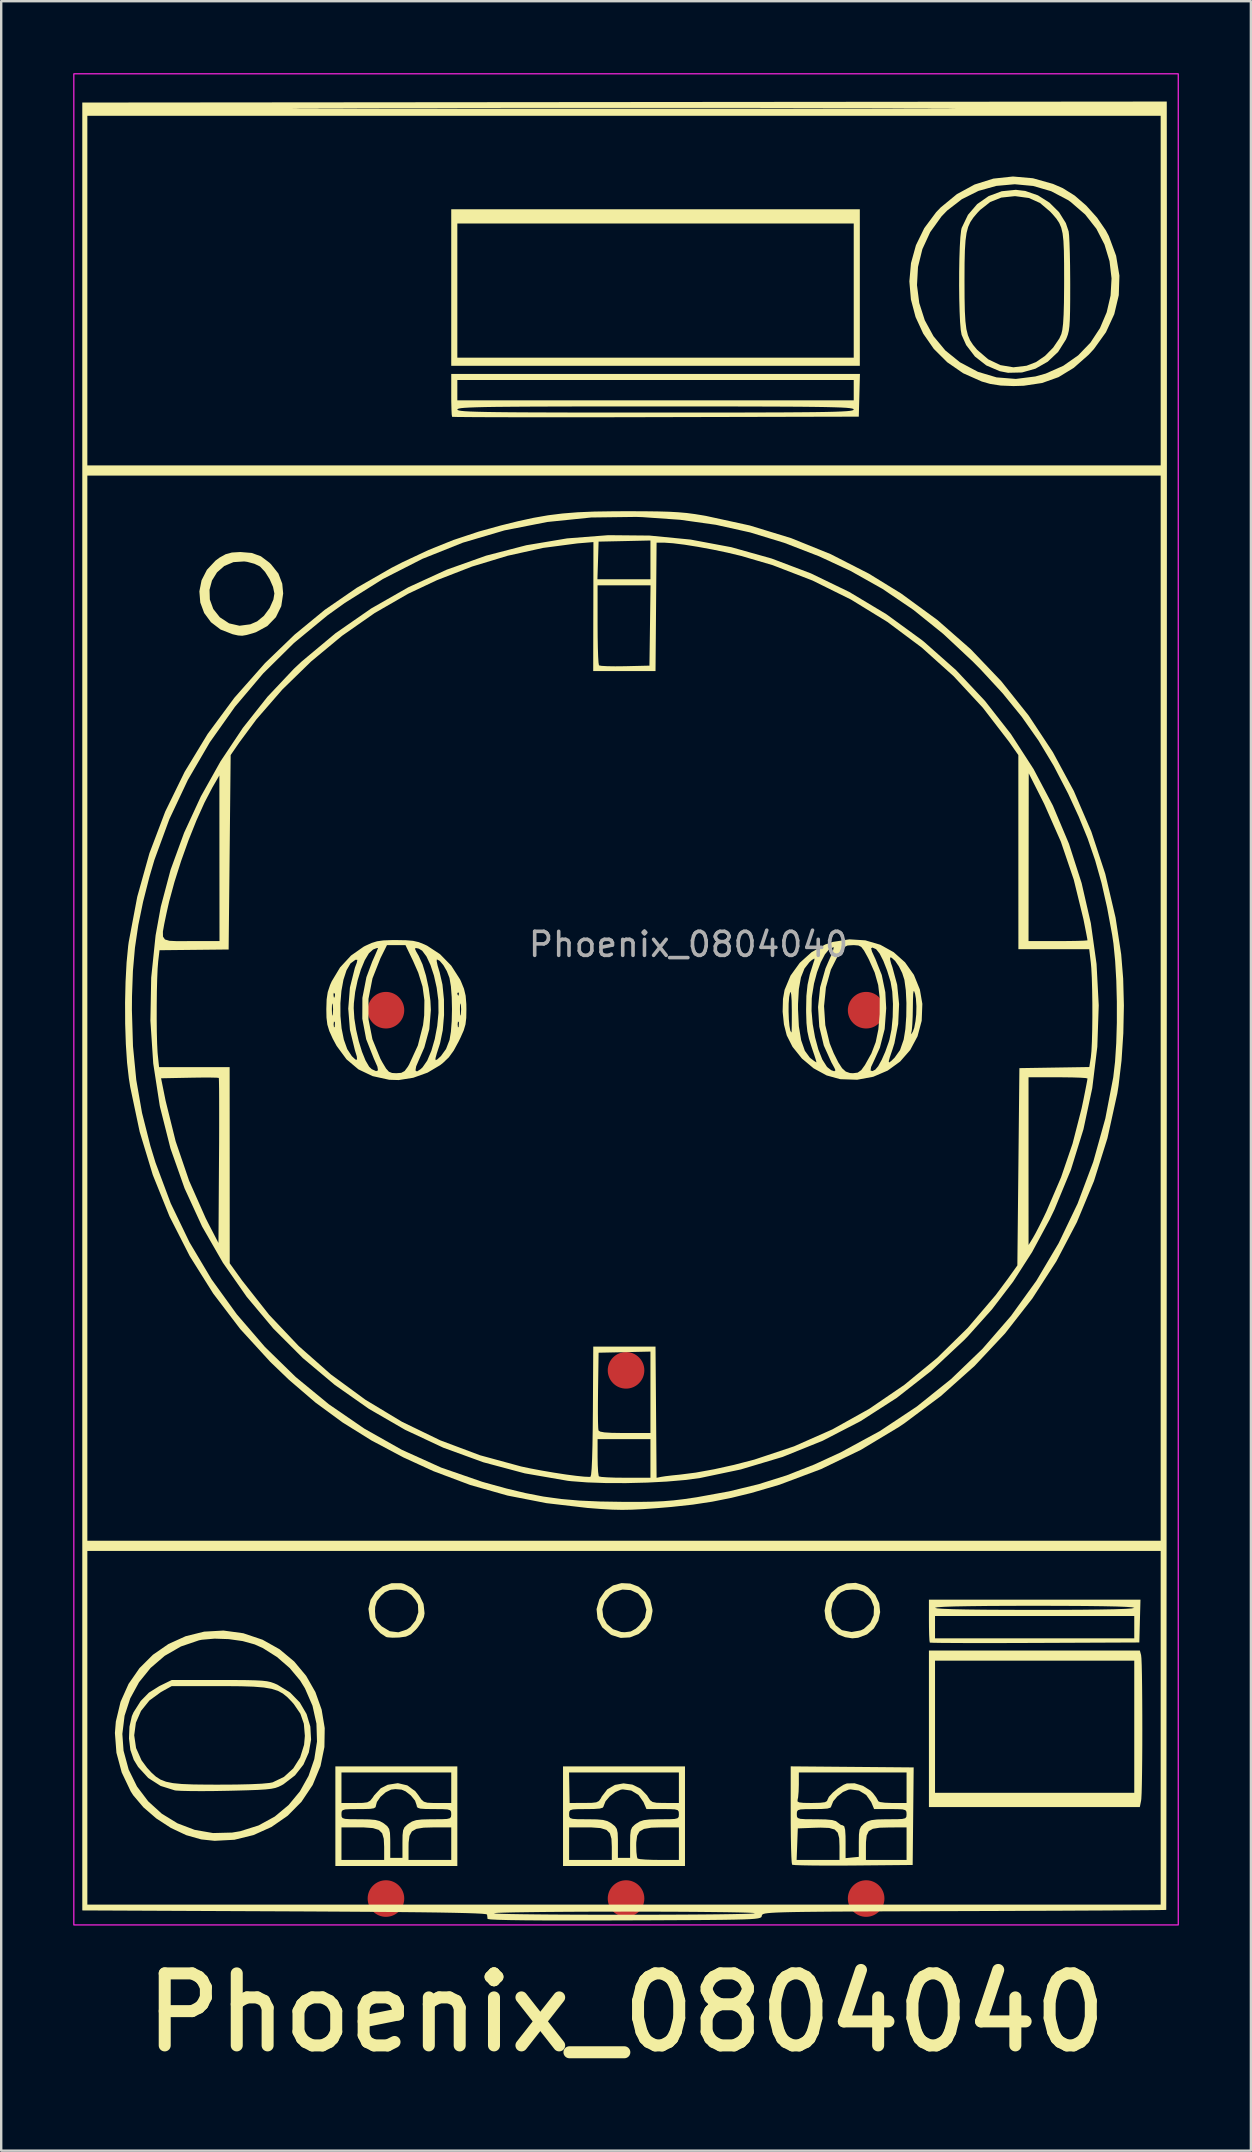
<source format=kicad_pcb>
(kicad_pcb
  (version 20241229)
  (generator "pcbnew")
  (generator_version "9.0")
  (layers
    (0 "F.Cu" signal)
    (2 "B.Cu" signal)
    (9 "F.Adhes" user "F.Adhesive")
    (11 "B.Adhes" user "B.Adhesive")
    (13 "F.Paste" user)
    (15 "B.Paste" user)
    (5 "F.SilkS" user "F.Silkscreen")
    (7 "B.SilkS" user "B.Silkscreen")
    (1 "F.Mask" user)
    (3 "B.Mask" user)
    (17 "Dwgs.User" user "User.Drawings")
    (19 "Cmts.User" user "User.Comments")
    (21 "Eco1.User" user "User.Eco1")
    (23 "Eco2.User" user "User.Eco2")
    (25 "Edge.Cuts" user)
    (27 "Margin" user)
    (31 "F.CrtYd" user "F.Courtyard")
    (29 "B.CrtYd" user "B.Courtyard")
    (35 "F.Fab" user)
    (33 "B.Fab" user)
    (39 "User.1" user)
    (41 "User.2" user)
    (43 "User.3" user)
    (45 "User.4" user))
  (footprint "Phoenix_0804040"
    (layer "F.Cu")
    (at 23.025 39.025)
    (property "Reference" "Phoenix_0804040" (at 0 40 0) (unlocked yes) (layer "F.SilkS") (effects (font (size 3 3) (thickness 0.5) (bold yes)) (justify top)))
    (attr smd)
    (fp_poly (pts (xy 9.737 -30.099) (xy 9.737 -26.839) (xy 1.228 -26.839) (xy -7.281 -26.839) (xy -7.281 -29.972) (xy -7.027 -29.972) (xy -7.027 -27.178) (xy 1.228 -27.178) (xy 9.483 -27.178) (xy 9.483 -29.972) (xy 9.483 -32.766) (xy 1.228 -32.766) (xy -7.027 -32.766) (xy -7.027 -29.972) (xy -7.281 -29.972) (xy -7.281 -30.099) (xy -7.281 -33.359) (xy 1.228 -33.359) (xy 9.737 -33.359)) (stroke (width 0) (type solid)) (fill yes) (layer "F.SilkS"))
    (fp_poly (pts (xy 21.452 26.86) (xy 21.466 26.997) (xy 21.478 27.278) (xy 21.487 27.679) (xy 21.494 28.175) (xy 21.499 28.742) (xy 21.502 29.354) (xy 21.503 29.988) (xy 21.502 30.618) (xy 21.498 31.22) (xy 21.492 31.769) (xy 21.484 32.24) (xy 21.474 32.609) (xy 21.461 32.851) (xy 21.452 32.925) (xy 21.399 33.189) (xy 17.007 33.189) (xy 12.615 33.189) (xy 12.615 29.93) (xy 12.615 29.845) (xy 12.869 29.845) (xy 12.869 32.597) (xy 17.018 32.597) (xy 21.167 32.597) (xy 21.167 29.845) (xy 21.167 27.093) (xy 17.018 27.093) (xy 12.869 27.093) (xy 12.869 29.845) (xy 12.615 29.845) (xy 12.615 26.67) (xy 17.008 26.67) (xy 21.401 26.67)) (stroke (width 0) (type solid)) (fill yes) (layer "F.SilkS"))
    (fp_poly (pts (xy 0.172 23.88) (xy 0.514 24.006) (xy 0.802 24.234) (xy 1.007 24.555) (xy 1.099 24.964) (xy 1.101 25.039) (xy 1.025 25.424) (xy 0.82 25.745) (xy 0.52 25.985) (xy 0.16 26.124) (xy -0.225 26.144) (xy -0.602 26.025) (xy -0.652 25.996) (xy -0.993 25.704) (xy -1.188 25.345) (xy -1.228 24.953) (xy -0.987 24.953) (xy -0.948 25.274) (xy -0.796 25.562) (xy -0.543 25.781) (xy -0.204 25.898) (xy -0.057 25.908) (xy 0.194 25.876) (xy 0.407 25.758) (xy 0.559 25.62) (xy 0.785 25.306) (xy 0.846 24.972) (xy 0.744 24.604) (xy 0.716 24.545) (xy 0.5 24.296) (xy 0.196 24.155) (xy -0.15 24.131) (xy -0.49 24.23) (xy -0.668 24.347) (xy -0.898 24.632) (xy -0.987 24.953) (xy -1.228 24.953) (xy -1.229 24.944) (xy -1.109 24.529) (xy -0.863 24.18) (xy -0.547 23.96) (xy -0.191 23.862)) (stroke (width 0) (type solid)) (fill yes) (layer "F.SilkS"))
    (fp_poly (pts (xy 9.943 23.964) (xy 10.074 24.044) (xy 10.377 24.347) (xy 10.544 24.7) (xy 10.584 25.072) (xy 10.507 25.433) (xy 10.321 25.752) (xy 10.037 25.998) (xy 9.665 26.139) (xy 9.423 26.162) (xy 9.125 26.115) (xy 8.843 26.003) (xy 8.831 25.996) (xy 8.497 25.712) (xy 8.313 25.354) (xy 8.269 25.009) (xy 8.271 24.996) (xy 8.545 24.996) (xy 8.587 25.33) (xy 8.734 25.617) (xy 8.978 25.812) (xy 9.005 25.824) (xy 9.391 25.899) (xy 9.773 25.832) (xy 9.907 25.767) (xy 10.173 25.522) (xy 10.314 25.202) (xy 10.325 24.854) (xy 10.199 24.523) (xy 10.082 24.377) (xy 9.88 24.213) (xy 9.661 24.142) (xy 9.44 24.13) (xy 9.155 24.154) (xy 8.949 24.246) (xy 8.799 24.377) (xy 8.613 24.663) (xy 8.545 24.996) (xy 8.271 24.996) (xy 8.343 24.606) (xy 8.542 24.271) (xy 8.834 24.022) (xy 9.187 23.876) (xy 9.567 23.851)) (stroke (width 0) (type solid)) (fill yes) (layer "F.SilkS"))
    (fp_poly (pts (xy -9.36 23.867) (xy -9.255 23.891) (xy -8.89 24.071) (xy -8.608 24.363) (xy -8.434 24.727) (xy -8.392 25.121) (xy -8.418 25.277) (xy -8.508 25.47) (xy -8.671 25.704) (xy -8.75 25.796) (xy -8.959 25.993) (xy -9.168 26.09) (xy -9.446 26.128) (xy -9.717 26.136) (xy -9.929 26.121) (xy -9.991 26.107) (xy -10.234 25.947) (xy -10.472 25.694) (xy -10.646 25.412) (xy -10.674 25.338) (xy -10.716 25.032) (xy -10.456 25.032) (xy -10.435 25.301) (xy -10.345 25.491) (xy -10.18 25.661) (xy -9.841 25.866) (xy -9.482 25.911) (xy -9.13 25.794) (xy -8.984 25.691) (xy -8.767 25.418) (xy -8.654 25.084) (xy -8.668 24.758) (xy -8.673 24.739) (xy -8.768 24.565) (xy -8.929 24.368) (xy -8.947 24.35) (xy -9.141 24.201) (xy -9.373 24.138) (xy -9.563 24.13) (xy -9.842 24.151) (xy -10.04 24.238) (xy -10.208 24.39) (xy -10.378 24.61) (xy -10.448 24.847) (xy -10.456 25.032) (xy -10.716 25.032) (xy -10.729 24.934) (xy -10.641 24.558) (xy -10.434 24.238) (xy -10.134 23.998) (xy -9.768 23.866)) (stroke (width 0) (type solid)) (fill yes) (layer "F.SilkS"))
    (fp_poly (pts (xy -15.589 -19.044) (xy -15.209 -18.906) (xy -14.858 -18.643) (xy -14.786 -18.573) (xy -14.479 -18.186) (xy -14.319 -17.765) (xy -14.281 -17.357) (xy -14.36 -16.827) (xy -14.584 -16.368) (xy -14.94 -16) (xy -15.411 -15.744) (xy -15.531 -15.704) (xy -15.803 -15.627) (xy -15.986 -15.596) (xy -16.156 -15.607) (xy -16.383 -15.658) (xy -16.891 -15.856) (xy -17.289 -16.16) (xy -17.571 -16.543) (xy -17.733 -16.979) (xy -17.771 -17.442) (xy -17.758 -17.511) (xy -17.348 -17.511) (xy -17.335 -17.106) (xy -17.192 -16.711) (xy -16.92 -16.367) (xy -16.533 -16.112) (xy -16.1 -16.013) (xy -15.65 -16.072) (xy -15.367 -16.194) (xy -15.084 -16.425) (xy -14.845 -16.749) (xy -14.688 -17.105) (xy -14.647 -17.357) (xy -14.703 -17.629) (xy -14.844 -17.952) (xy -15.036 -18.256) (xy -15.242 -18.476) (xy -15.255 -18.485) (xy -15.477 -18.593) (xy -15.775 -18.673) (xy -15.903 -18.691) (xy -16.352 -18.662) (xy -16.734 -18.501) (xy -17.036 -18.236) (xy -17.245 -17.897) (xy -17.348 -17.511) (xy -17.758 -17.511) (xy -17.68 -17.906) (xy -17.457 -18.343) (xy -17.095 -18.729) (xy -16.927 -18.853) (xy -16.676 -18.992) (xy -16.419 -19.062) (xy -16.076 -19.083) (xy -16.06 -19.083)) (stroke (width 0) (type solid)) (fill yes) (layer "F.SilkS"))
    (fp_poly (pts (xy 21.402 25.444) (xy 21.378 26.335) (xy 17.032 26.354) (xy 16.191 26.357) (xy 15.402 26.359) (xy 14.681 26.359) (xy 14.044 26.358) (xy 13.508 26.355) (xy 13.088 26.352) (xy 12.801 26.347) (xy 12.661 26.341) (xy 12.651 26.338) (xy 12.636 26.244) (xy 12.624 26.018) (xy 12.617 25.697) (xy 12.617 25.696) (xy 12.869 25.696) (xy 12.869 26.162) (xy 17.018 26.162) (xy 21.167 26.162) (xy 21.167 25.696) (xy 21.167 25.231) (xy 17.018 25.231) (xy 12.869 25.231) (xy 12.869 25.696) (xy 12.617 25.696) (xy 12.615 25.428) (xy 12.615 24.892) (xy 12.869 24.892) (xy 12.954 24.914) (xy 13.204 24.932) (xy 13.619 24.948) (xy 14.194 24.96) (xy 14.928 24.969) (xy 15.816 24.974) (xy 16.858 24.977) (xy 17.018 24.977) (xy 18.081 24.975) (xy 18.992 24.97) (xy 19.747 24.961) (xy 20.345 24.95) (xy 20.783 24.935) (xy 21.057 24.917) (xy 21.165 24.895) (xy 21.167 24.892) (xy 21.082 24.87) (xy 20.832 24.852) (xy 20.417 24.836) (xy 19.842 24.824) (xy 19.108 24.815) (xy 18.22 24.81) (xy 17.178 24.807) (xy 17.018 24.807) (xy 15.955 24.809) (xy 15.044 24.814) (xy 14.289 24.823) (xy 13.691 24.834) (xy 13.253 24.849) (xy 12.979 24.867) (xy 12.871 24.889) (xy 12.869 24.892) (xy 12.615 24.892) (xy 12.615 24.553) (xy 17.021 24.553) (xy 21.426 24.553)) (stroke (width 0) (type solid)) (fill yes) (layer "F.SilkS"))
    (fp_poly (pts (xy 16.947 -34.651) (xy 17.782 -34.416) (xy 18.192 -34.238) (xy 18.681 -33.933) (xy 19.171 -33.509) (xy 19.619 -33.01) (xy 19.983 -32.48) (xy 20.109 -32.243) (xy 20.412 -31.422) (xy 20.549 -30.596) (xy 20.523 -29.781) (xy 20.335 -28.99) (xy 19.989 -28.237) (xy 19.487 -27.537) (xy 19.264 -27.296) (xy 18.648 -26.754) (xy 18.014 -26.367) (xy 17.329 -26.123) (xy 16.563 -26.008) (xy 16.135 -25.995) (xy 15.606 -26.016) (xy 15.167 -26.084) (xy 14.815 -26.185) (xy 14.04 -26.53) (xy 13.373 -26.99) (xy 12.817 -27.545) (xy 12.378 -28.177) (xy 12.059 -28.869) (xy 11.865 -29.601) (xy 11.813 -30.2) (xy 12.118 -30.2) (xy 12.213 -29.453) (xy 12.443 -28.736) (xy 12.806 -28.071) (xy 13.299 -27.478) (xy 13.906 -26.987) (xy 14.655 -26.589) (xy 15.433 -26.357) (xy 16.234 -26.293) (xy 17.051 -26.396) (xy 17.479 -26.516) (xy 18.21 -26.839) (xy 18.832 -27.275) (xy 19.342 -27.804) (xy 19.739 -28.409) (xy 20.019 -29.069) (xy 20.181 -29.766) (xy 20.221 -30.481) (xy 20.137 -31.195) (xy 19.928 -31.889) (xy 19.59 -32.545) (xy 19.122 -33.142) (xy 18.52 -33.663) (xy 18.403 -33.744) (xy 17.705 -34.111) (xy 16.958 -34.329) (xy 16.189 -34.401) (xy 15.421 -34.332) (xy 14.679 -34.124) (xy 13.988 -33.779) (xy 13.372 -33.303) (xy 13.141 -33.063) (xy 12.67 -32.408) (xy 12.343 -31.699) (xy 12.16 -30.956) (xy 12.118 -30.2) (xy 11.813 -30.2) (xy 11.8 -30.356) (xy 11.868 -31.116) (xy 12.074 -31.862) (xy 12.422 -32.575) (xy 12.916 -33.238) (xy 13.104 -33.434) (xy 13.779 -33.989) (xy 14.516 -34.39) (xy 15.299 -34.636) (xy 16.115 -34.724)) (stroke (width 0) (type solid)) (fill yes) (layer "F.SilkS"))
    (fp_poly (pts (xy -15.941 25.95) (xy -15.938 25.951) (xy -15.139 26.22) (xy -14.431 26.617) (xy -13.823 27.125) (xy -13.322 27.726) (xy -12.938 28.401) (xy -12.678 29.132) (xy -12.55 29.901) (xy -12.563 30.69) (xy -12.725 31.481) (xy -13.045 32.256) (xy -13.055 32.276) (xy -13.517 32.969) (xy -14.096 33.554) (xy -14.769 34.02) (xy -15.515 34.356) (xy -16.312 34.552) (xy -17.138 34.596) (xy -17.695 34.537) (xy -18.32 34.36) (xy -18.958 34.059) (xy -19.567 33.663) (xy -20.104 33.199) (xy -20.528 32.698) (xy -20.633 32.533) (xy -21.006 31.747) (xy -21.226 30.928) (xy -21.286 30.145) (xy -20.979 30.145) (xy -20.929 30.84) (xy -20.716 31.627) (xy -20.368 32.335) (xy -19.901 32.953) (xy -19.333 33.468) (xy -18.682 33.867) (xy -17.966 34.139) (xy -17.202 34.272) (xy -16.408 34.252) (xy -16.07 34.196) (xy -15.306 33.955) (xy -14.632 33.586) (xy -14.056 33.106) (xy -13.584 32.535) (xy -13.224 31.891) (xy -12.985 31.194) (xy -12.872 30.462) (xy -12.895 29.714) (xy -13.06 28.969) (xy -13.374 28.246) (xy -13.575 27.92) (xy -14.005 27.404) (xy -14.54 26.94) (xy -15.125 26.57) (xy -15.467 26.416) (xy -15.967 26.277) (xy -16.548 26.195) (xy -17.139 26.175) (xy -17.667 26.221) (xy -17.79 26.246) (xy -18.54 26.502) (xy -19.215 26.891) (xy -19.801 27.394) (xy -20.284 27.991) (xy -20.65 28.662) (xy -20.886 29.386) (xy -20.979 30.145) (xy -21.286 30.145) (xy -21.289 30.103) (xy -21.25 29.625) (xy -21.054 28.806) (xy -20.721 28.061) (xy -20.266 27.404) (xy -19.706 26.846) (xy -19.06 26.399) (xy -18.343 26.074) (xy -17.573 25.883) (xy -16.766 25.838)) (stroke (width 0) (type solid)) (fill yes) (layer "F.SilkS"))
    (fp_poly (pts (xy -16.298 27.898) (xy -15.808 27.902) (xy -15.437 27.911) (xy -15.161 27.926) (xy -14.956 27.95) (xy -14.796 27.985) (xy -14.657 28.033) (xy -14.52 28.093) (xy -13.993 28.417) (xy -13.588 28.833) (xy -13.306 29.315) (xy -13.149 29.839) (xy -13.118 30.381) (xy -13.213 30.916) (xy -13.436 31.421) (xy -13.787 31.87) (xy -14.268 32.24) (xy -14.351 32.287) (xy -14.475 32.347) (xy -14.609 32.394) (xy -14.781 32.429) (xy -15.013 32.455) (xy -15.33 32.475) (xy -15.759 32.491) (xy -16.322 32.506) (xy -16.571 32.512) (xy -17.14 32.522) (xy -17.672 32.526) (xy -18.137 32.523) (xy -18.504 32.515) (xy -18.742 32.502) (xy -18.792 32.495) (xy -19.384 32.31) (xy -19.901 31.979) (xy -20.323 31.518) (xy -20.505 31.219) (xy -20.644 30.815) (xy -20.703 30.334) (xy -20.698 30.2) (xy -20.485 30.2) (xy -20.408 30.73) (xy -20.18 31.243) (xy -19.949 31.555) (xy -19.758 31.763) (xy -19.579 31.924) (xy -19.388 32.046) (xy -19.16 32.134) (xy -18.872 32.193) (xy -18.5 32.229) (xy -18.02 32.248) (xy -17.408 32.255) (xy -16.985 32.256) (xy -16.254 32.252) (xy -15.646 32.238) (xy -15.174 32.216) (xy -14.85 32.185) (xy -14.72 32.16) (xy -14.249 31.934) (xy -13.861 31.58) (xy -13.574 31.125) (xy -13.41 30.597) (xy -13.377 30.224) (xy -13.42 29.719) (xy -13.565 29.3) (xy -13.837 28.902) (xy -13.925 28.801) (xy -14.109 28.611) (xy -14.295 28.461) (xy -14.505 28.348) (xy -14.761 28.266) (xy -15.087 28.21) (xy -15.506 28.176) (xy -16.04 28.158) (xy -16.713 28.152) (xy -16.976 28.152) (xy -18.923 28.152) (xy -19.368 28.398) (xy -19.852 28.751) (xy -20.202 29.186) (xy -20.415 29.677) (xy -20.485 30.2) (xy -20.698 30.2) (xy -20.683 29.841) (xy -20.583 29.402) (xy -20.513 29.242) (xy -20.215 28.772) (xy -19.873 28.423) (xy -19.439 28.151) (xy -19.406 28.135) (xy -18.923 27.898) (xy -16.933 27.898)) (stroke (width 0) (type solid)) (fill yes) (layer "F.SilkS"))
    (fp_poly (pts (xy 9.718 -25.611) (xy 9.694 -24.721) (xy 1.242 -24.701) (xy 0.06 -24.698) (xy -1.073 -24.696) (xy -2.146 -24.695) (xy -3.148 -24.695) (xy -4.068 -24.696) (xy -4.894 -24.697) (xy -5.614 -24.699) (xy -6.217 -24.701) (xy -6.692 -24.705) (xy -7.028 -24.708) (xy -7.213 -24.713) (xy -7.246 -24.716) (xy -7.261 -24.81) (xy -7.272 -25.019) (xy -7.027 -25.019) (xy -7.013 -24.998) (xy -6.962 -24.979) (xy -6.867 -24.963) (xy -6.716 -24.948) (xy -6.501 -24.936) (xy -6.212 -24.926) (xy -5.839 -24.917) (xy -5.374 -24.91) (xy -4.805 -24.904) (xy -4.124 -24.9) (xy -3.321 -24.897) (xy -2.387 -24.894) (xy -1.311 -24.893) (xy -0.085 -24.892) (xy 1.228 -24.892) (xy 2.606 -24.892) (xy 3.824 -24.893) (xy 4.892 -24.894) (xy 5.82 -24.897) (xy 6.616 -24.9) (xy 7.291 -24.905) (xy 7.855 -24.91) (xy 8.316 -24.917) (xy 8.684 -24.926) (xy 8.969 -24.937) (xy 9.18 -24.949) (xy 9.328 -24.963) (xy 9.421 -24.98) (xy 9.47 -24.999) (xy 9.483 -25.019) (xy 9.468 -25.04) (xy 9.418 -25.059) (xy 9.322 -25.075) (xy 9.171 -25.09) (xy 8.956 -25.102) (xy 8.667 -25.112) (xy 8.295 -25.121) (xy 7.829 -25.128) (xy 7.26 -25.134) (xy 6.579 -25.138) (xy 5.777 -25.141) (xy 4.842 -25.144) (xy 3.767 -25.145) (xy 2.541 -25.146) (xy 1.228 -25.146) (xy -0.15 -25.146) (xy -1.369 -25.145) (xy -2.437 -25.144) (xy -3.364 -25.141) (xy -4.161 -25.138) (xy -4.836 -25.133) (xy -5.399 -25.128) (xy -5.86 -25.121) (xy -6.228 -25.112) (xy -6.513 -25.101) (xy -6.725 -25.089) (xy -6.873 -25.075) (xy -6.966 -25.058) (xy -7.014 -25.039) (xy -7.027 -25.019) (xy -7.272 -25.019) (xy -7.272 -25.036) (xy -7.28 -25.357) (xy -7.281 -25.626) (xy -7.281 -25.823) (xy -7.027 -25.823) (xy -7.027 -25.4) (xy 1.228 -25.4) (xy 9.483 -25.4) (xy 9.483 -25.823) (xy 9.483 -26.247) (xy 1.228 -26.247) (xy -7.027 -26.247) (xy -7.027 -25.823) (xy -7.281 -25.823) (xy -7.281 -26.501) (xy 1.231 -26.501) (xy 9.742 -26.501)) (stroke (width 0) (type solid)) (fill yes) (layer "F.SilkS"))
    (fp_poly (pts (xy 16.629 -34.122) (xy 17.156 -33.939) (xy 17.635 -33.635) (xy 18.033 -33.24) (xy 18.318 -32.784) (xy 18.435 -32.436) (xy 18.454 -32.263) (xy 18.47 -31.951) (xy 18.484 -31.527) (xy 18.494 -31.022) (xy 18.499 -30.464) (xy 18.5 -30.226) (xy 18.499 -29.602) (xy 18.494 -29.123) (xy 18.484 -28.762) (xy 18.467 -28.495) (xy 18.441 -28.296) (xy 18.403 -28.141) (xy 18.352 -28.004) (xy 18.32 -27.932) (xy 17.997 -27.419) (xy 17.565 -27.011) (xy 17.054 -26.72) (xy 16.491 -26.561) (xy 15.907 -26.548) (xy 15.563 -26.615) (xy 15.006 -26.854) (xy 14.531 -27.225) (xy 14.166 -27.702) (xy 13.977 -28.126) (xy 13.941 -28.328) (xy 13.912 -28.666) (xy 13.892 -29.11) (xy 13.878 -29.627) (xy 13.872 -30.185) (xy 13.873 -30.353) (xy 14.097 -30.353) (xy 14.1 -29.663) (xy 14.111 -29.118) (xy 14.135 -28.694) (xy 14.176 -28.365) (xy 14.24 -28.109) (xy 14.33 -27.899) (xy 14.452 -27.712) (xy 14.609 -27.523) (xy 14.63 -27.5) (xy 15.083 -27.111) (xy 15.592 -26.868) (xy 16.132 -26.777) (xy 16.68 -26.842) (xy 17.076 -26.995) (xy 17.447 -27.249) (xy 17.788 -27.595) (xy 18.047 -27.977) (xy 18.13 -28.162) (xy 18.171 -28.335) (xy 18.203 -28.599) (xy 18.225 -28.971) (xy 18.239 -29.469) (xy 18.245 -30.112) (xy 18.246 -30.438) (xy 18.244 -31.108) (xy 18.236 -31.635) (xy 18.217 -32.041) (xy 18.182 -32.353) (xy 18.125 -32.594) (xy 18.041 -32.79) (xy 17.925 -32.965) (xy 17.773 -33.144) (xy 17.665 -33.26) (xy 17.242 -33.62) (xy 16.778 -33.828) (xy 16.233 -33.902) (xy 16.171 -33.903) (xy 15.628 -33.845) (xy 15.168 -33.661) (xy 14.749 -33.331) (xy 14.631 -33.207) (xy 14.469 -33.016) (xy 14.343 -32.83) (xy 14.249 -32.624) (xy 14.183 -32.374) (xy 14.139 -32.055) (xy 14.113 -31.644) (xy 14.1 -31.114) (xy 14.097 -30.443) (xy 14.097 -30.353) (xy 13.873 -30.353) (xy 13.874 -30.753) (xy 13.883 -31.298) (xy 13.9 -31.789) (xy 13.924 -32.193) (xy 13.956 -32.479) (xy 13.978 -32.58) (xy 14.241 -33.127) (xy 14.624 -33.574) (xy 15.101 -33.907) (xy 15.647 -34.11) (xy 16.235 -34.169)) (stroke (width 0) (type solid)) (fill yes) (layer "F.SilkS"))
    (fp_poly (pts (xy -7.027 33.57) (xy -7.027 35.645) (xy -9.567 35.645) (xy -12.107 35.645) (xy -12.107 34.713) (xy -11.853 34.713) (xy -11.853 35.391) (xy -10.964 35.391) (xy -10.075 35.391) (xy -10.075 34.845) (xy -10.091 34.51) (xy -10.157 34.282) (xy -10.299 34.141) (xy -10.543 34.066) (xy -10.916 34.038) (xy -11.153 34.036) (xy -11.853 34.036) (xy -11.853 34.713) (xy -12.107 34.713) (xy -12.107 33.57) (xy -12.107 33.486) (xy -11.853 33.486) (xy -11.847 33.586) (xy -11.808 33.648) (xy -11.702 33.681) (xy -11.497 33.695) (xy -11.161 33.697) (xy -11.088 33.697) (xy -10.702 33.703) (xy -10.44 33.726) (xy -10.257 33.775) (xy -10.108 33.857) (xy -10.072 33.883) (xy -9.942 33.989) (xy -9.867 34.102) (xy -9.832 34.269) (xy -9.822 34.539) (xy -9.821 34.687) (xy -9.821 35.306) (xy -9.567 35.306) (xy -9.313 35.306) (xy -9.313 34.845) (xy -9.059 34.845) (xy -9.059 35.391) (xy -8.17 35.391) (xy -7.281 35.391) (xy -7.281 34.713) (xy -7.281 34.036) (xy -7.982 34.036) (xy -8.428 34.048) (xy -8.732 34.097) (xy -8.92 34.204) (xy -9.019 34.387) (xy -9.056 34.668) (xy -9.059 34.845) (xy -9.313 34.845) (xy -9.313 34.687) (xy -9.309 34.363) (xy -9.286 34.161) (xy -9.229 34.032) (xy -9.123 33.928) (xy -9.063 33.883) (xy -8.915 33.791) (xy -8.744 33.735) (xy -8.506 33.707) (xy -8.154 33.698) (xy -8.047 33.697) (xy -7.685 33.696) (xy -7.46 33.685) (xy -7.34 33.655) (xy -7.291 33.599) (xy -7.281 33.506) (xy -7.281 33.486) (xy -7.288 33.383) (xy -7.33 33.321) (xy -7.441 33.288) (xy -7.655 33.276) (xy -8.001 33.274) (xy -8.352 33.27) (xy -8.567 33.255) (xy -8.678 33.22) (xy -8.717 33.159) (xy -8.721 33.117) (xy -8.789 32.921) (xy -8.961 32.709) (xy -9.183 32.535) (xy -9.348 32.464) (xy -9.608 32.442) (xy -9.786 32.464) (xy -10.013 32.575) (xy -10.227 32.764) (xy -10.376 32.977) (xy -10.414 33.117) (xy -10.431 33.194) (xy -10.502 33.24) (xy -10.662 33.265) (xy -10.942 33.273) (xy -11.134 33.274) (xy -11.482 33.276) (xy -11.695 33.288) (xy -11.805 33.321) (xy -11.847 33.384) (xy -11.853 33.486) (xy -12.107 33.486) (xy -12.107 32.385) (xy -11.853 32.385) (xy -11.853 33.02) (xy -11.275 33.02) (xy -10.967 33.016) (xy -10.778 32.992) (xy -10.657 32.925) (xy -10.553 32.797) (xy -10.491 32.703) (xy -10.215 32.406) (xy -9.927 32.261) (xy -9.502 32.194) (xy -9.109 32.287) (xy -8.776 32.531) (xy -8.643 32.703) (xy -8.529 32.87) (xy -8.422 32.965) (xy -8.273 33.008) (xy -8.032 33.02) (xy -7.86 33.02) (xy -7.281 33.02) (xy -7.281 32.385) (xy -7.281 31.75) (xy -9.567 31.75) (xy -11.853 31.75) (xy -11.853 32.385) (xy -12.107 32.385) (xy -12.107 31.496) (xy -9.567 31.496) (xy -7.027 31.496)) (stroke (width 0) (type solid)) (fill yes) (layer "F.SilkS"))
    (fp_poly (pts (xy 2.455 33.57) (xy 2.455 35.645) (xy -0.085 35.645) (xy -2.625 35.645) (xy -2.625 34.713) (xy -2.371 34.713) (xy -2.371 35.391) (xy -1.482 35.391) (xy -0.593 35.391) (xy -0.593 34.845) (xy -0.609 34.51) (xy -0.674 34.282) (xy -0.816 34.141) (xy -1.06 34.066) (xy -1.434 34.038) (xy -1.67 34.036) (xy -2.371 34.036) (xy -2.371 34.713) (xy -2.625 34.713) (xy -2.625 33.57) (xy -2.625 33.486) (xy -2.371 33.486) (xy -2.365 33.586) (xy -2.325 33.648) (xy -2.219 33.681) (xy -2.014 33.695) (xy -1.678 33.697) (xy -1.605 33.697) (xy -1.219 33.703) (xy -0.958 33.726) (xy -0.775 33.775) (xy -0.626 33.857) (xy -0.589 33.883) (xy -0.46 33.989) (xy -0.385 34.102) (xy -0.349 34.269) (xy -0.339 34.539) (xy -0.339 34.687) (xy -0.339 35.306) (xy -0.085 35.306) (xy 0.169 35.306) (xy 0.169 34.789) (xy 0.423 34.789) (xy 0.432 35.063) (xy 0.456 35.264) (xy 0.48 35.334) (xy 0.584 35.358) (xy 0.817 35.377) (xy 1.141 35.389) (xy 1.369 35.391) (xy 2.201 35.391) (xy 2.201 34.713) (xy 2.201 34.036) (xy 1.501 34.036) (xy 1.054 34.049) (xy 0.749 34.1) (xy 0.56 34.206) (xy 0.461 34.388) (xy 0.425 34.661) (xy 0.423 34.789) (xy 0.169 34.789) (xy 0.169 34.687) (xy 0.174 34.363) (xy 0.197 34.161) (xy 0.254 34.032) (xy 0.36 33.928) (xy 0.42 33.883) (xy 0.568 33.791) (xy 0.738 33.735) (xy 0.977 33.707) (xy 1.328 33.698) (xy 1.436 33.697) (xy 1.798 33.696) (xy 2.022 33.685) (xy 2.143 33.655) (xy 2.192 33.599) (xy 2.201 33.506) (xy 2.201 33.486) (xy 2.194 33.381) (xy 2.149 33.318) (xy 2.032 33.286) (xy 1.809 33.275) (xy 1.525 33.274) (xy 0.849 33.274) (xy 0.727 32.983) (xy 0.521 32.688) (xy 0.218 32.503) (xy -0.133 32.454) (xy -0.217 32.465) (xy -0.446 32.562) (xy -0.676 32.739) (xy -0.854 32.949) (xy -0.931 33.143) (xy -0.931 33.153) (xy -0.967 33.214) (xy -1.094 33.252) (xy -1.339 33.27) (xy -1.651 33.274) (xy -1.999 33.276) (xy -2.212 33.288) (xy -2.323 33.321) (xy -2.364 33.384) (xy -2.371 33.486) (xy -2.625 33.486) (xy -2.625 31.75) (xy -2.374 31.75) (xy -2.362 32.385) (xy -2.35 33.02) (xy -1.746 33.018) (xy -1.431 33.014) (xy -1.24 32.992) (xy -1.129 32.936) (xy -1.053 32.831) (xy -1.012 32.751) (xy -0.781 32.451) (xy -0.466 32.268) (xy -0.105 32.203) (xy 0.264 32.254) (xy 0.604 32.422) (xy 0.878 32.706) (xy 0.918 32.773) (xy 1.004 32.904) (xy 1.106 32.978) (xy 1.27 33.011) (xy 1.545 33.019) (xy 1.63 33.019) (xy 2.201 33.02) (xy 2.201 32.385) (xy 2.201 31.75) (xy -0.086 31.75) (xy -2.374 31.75) (xy -2.625 31.75) (xy -2.625 31.496) (xy -0.085 31.496) (xy 2.455 31.496)) (stroke (width 0) (type solid)) (fill yes) (layer "F.SilkS"))
    (fp_poly (pts (xy 9.419 31.516) (xy 11.98 31.538) (xy 11.959 33.57) (xy 11.938 35.602) (xy 9.456 35.625) (xy 8.824 35.629) (xy 8.247 35.628) (xy 7.747 35.624) (xy 7.346 35.617) (xy 7.065 35.607) (xy 6.926 35.594) (xy 6.916 35.589) (xy 6.9 35.492) (xy 6.893 35.391) (xy 7.105 35.391) (xy 7.997 35.391) (xy 8.89 35.391) (xy 8.89 34.812) (xy 8.877 34.481) (xy 8.818 34.259) (xy 8.688 34.125) (xy 8.459 34.06) (xy 8.105 34.046) (xy 7.83 34.053) (xy 7.154 34.078) (xy 7.13 34.734) (xy 7.105 35.391) (xy 6.893 35.391) (xy 6.885 35.249) (xy 6.873 34.885) (xy 6.864 34.425) (xy 6.859 33.891) (xy 6.858 33.513) (xy 6.858 33.486) (xy 7.112 33.486) (xy 7.118 33.584) (xy 7.156 33.646) (xy 7.259 33.68) (xy 7.459 33.694) (xy 7.787 33.697) (xy 7.906 33.697) (xy 8.315 33.705) (xy 8.584 33.73) (xy 8.743 33.776) (xy 8.805 33.824) (xy 8.949 33.932) (xy 9.027 33.951) (xy 9.088 33.993) (xy 9.125 34.134) (xy 9.142 34.403) (xy 9.144 34.634) (xy 9.144 35.317) (xy 9.419 35.29) (xy 9.694 35.264) (xy 9.694 34.828) (xy 9.991 34.828) (xy 9.991 35.391) (xy 10.837 35.391) (xy 11.684 35.391) (xy 11.684 34.713) (xy 11.684 34.036) (xy 10.986 34.039) (xy 10.561 34.05) (xy 10.278 34.095) (xy 10.108 34.195) (xy 10.022 34.374) (xy 9.993 34.653) (xy 9.991 34.828) (xy 9.694 34.828) (xy 9.694 34.658) (xy 9.7 34.334) (xy 9.726 34.132) (xy 9.787 34.001) (xy 9.896 33.893) (xy 9.919 33.874) (xy 10.056 33.787) (xy 10.222 33.734) (xy 10.461 33.706) (xy 10.817 33.698) (xy 10.914 33.697) (xy 11.277 33.696) (xy 11.503 33.685) (xy 11.625 33.656) (xy 11.674 33.6) (xy 11.684 33.508) (xy 11.684 33.486) (xy 11.677 33.381) (xy 11.632 33.318) (xy 11.515 33.286) (xy 11.292 33.275) (xy 11.008 33.274) (xy 10.332 33.274) (xy 10.21 32.983) (xy 10.003 32.688) (xy 9.701 32.503) (xy 9.35 32.454) (xy 9.266 32.465) (xy 9.036 32.562) (xy 8.807 32.739) (xy 8.629 32.949) (xy 8.552 33.143) (xy 8.551 33.153) (xy 8.515 33.214) (xy 8.388 33.252) (xy 8.143 33.27) (xy 7.832 33.274) (xy 7.483 33.276) (xy 7.27 33.288) (xy 7.16 33.321) (xy 7.118 33.384) (xy 7.112 33.486) (xy 6.858 33.486) (xy 6.858 32.954) (xy 7.141 32.954) (xy 7.213 32.995) (xy 7.392 33.015) (xy 7.708 33.02) (xy 7.738 33.02) (xy 8.082 33.012) (xy 8.284 32.987) (xy 8.372 32.937) (xy 8.382 32.902) (xy 8.448 32.764) (xy 8.614 32.584) (xy 8.834 32.403) (xy 9.059 32.261) (xy 9.196 32.206) (xy 9.519 32.199) (xy 9.87 32.307) (xy 10.18 32.503) (xy 10.281 32.605) (xy 10.42 32.788) (xy 10.494 32.921) (xy 10.499 32.942) (xy 10.576 32.98) (xy 10.78 33.008) (xy 11.068 33.02) (xy 11.091 33.02) (xy 11.684 33.02) (xy 11.684 32.385) (xy 11.684 31.75) (xy 9.44 31.75) (xy 7.197 31.75) (xy 7.197 32.251) (xy 7.188 32.546) (xy 7.167 32.784) (xy 7.145 32.886) (xy 7.141 32.954) (xy 6.858 32.954) (xy 6.858 31.494)) (stroke (width 0) (type solid)) (fill yes) (layer "F.SilkS"))
    (fp_poly (pts (xy 0.753 -20.781) (xy 1.326 -20.774) (xy 1.793 -20.761) (xy 2.184 -20.739) (xy 2.532 -20.708) (xy 2.867 -20.664) (xy 3.222 -20.606) (xy 3.33 -20.587) (xy 5.153 -20.189) (xy 6.878 -19.661) (xy 8.526 -18.994) (xy 10.115 -18.182) (xy 11.453 -17.359) (xy 12.965 -16.255) (xy 14.358 -15.034) (xy 15.628 -13.703) (xy 16.77 -12.271) (xy 17.779 -10.744) (xy 18.65 -9.131) (xy 19.379 -7.44) (xy 19.96 -5.679) (xy 20.389 -3.855) (xy 20.623 -2.328) (xy 20.706 -1.311) (xy 20.736 -0.195) (xy 20.712 0.959) (xy 20.638 2.091) (xy 20.514 3.141) (xy 20.461 3.471) (xy 20.052 5.328) (xy 19.49 7.116) (xy 18.778 8.83) (xy 17.921 10.463) (xy 16.922 12.009) (xy 15.786 13.463) (xy 14.516 14.818) (xy 13.116 16.068) (xy 11.591 17.208) (xy 11.374 17.354) (xy 9.784 18.311) (xy 8.124 19.114) (xy 6.391 19.765) (xy 5.22 20.108) (xy 4.383 20.312) (xy 3.588 20.471) (xy 2.776 20.594) (xy 1.888 20.69) (xy 1.308 20.738) (xy 0.723 20.78) (xy 0.252 20.804) (xy -0.161 20.812) (xy -0.571 20.803) (xy -1.033 20.776) (xy -1.601 20.732) (xy -1.604 20.732) (xy -3.317 20.532) (xy -4.935 20.216) (xy -6.492 19.775) (xy -8.027 19.198) (xy -9.271 18.628) (xy -10.601 17.922) (xy -11.809 17.169) (xy -12.941 16.338) (xy -14.039 15.396) (xy -14.818 14.648) (xy -16.072 13.277) (xy -17.193 11.804) (xy -18.175 10.239) (xy -19.016 8.588) (xy -19.712 6.86) (xy -20.258 5.064) (xy -20.65 3.206) (xy -20.709 2.836) (xy -20.783 2.184) (xy -20.834 1.409) (xy -20.862 0.559) (xy -20.864 -0.005) (xy -20.581 -0.005) (xy -20.536 1.497) (xy -20.399 2.905) (xy -20.16 4.272) (xy -19.812 5.649) (xy -19.597 6.35) (xy -18.964 8.044) (xy -18.182 9.667) (xy -17.262 11.211) (xy -16.212 12.666) (xy -15.041 14.025) (xy -13.759 15.277) (xy -12.375 16.415) (xy -10.898 17.429) (xy -9.337 18.31) (xy -7.7 19.05) (xy -5.999 19.639) (xy -5.864 19.678) (xy -4.978 19.922) (xy -4.186 20.112) (xy -3.444 20.256) (xy -2.708 20.358) (xy -1.935 20.425) (xy -1.08 20.463) (xy -0.127 20.478) (xy 0.541 20.479) (xy 1.086 20.471) (xy 1.551 20.45) (xy 1.983 20.415) (xy 2.426 20.362) (xy 2.925 20.288) (xy 2.963 20.282) (xy 4.298 20.039) (xy 5.519 19.742) (xy 6.682 19.376) (xy 7.838 18.923) (xy 8.932 18.42) (xy 10.577 17.526) (xy 12.114 16.504) (xy 13.539 15.361) (xy 14.846 14.103) (xy 16.031 12.736) (xy 17.09 11.268) (xy 18.017 9.704) (xy 18.808 8.052) (xy 19.458 6.317) (xy 19.963 4.506) (xy 20.292 2.794) (xy 20.367 2.144) (xy 20.417 1.372) (xy 20.442 0.523) (xy 20.442 -0.361) (xy 20.419 -1.234) (xy 20.371 -2.053) (xy 20.3 -2.774) (xy 20.247 -3.133) (xy 20.035 -4.279) (xy 19.803 -5.3) (xy 19.538 -6.241) (xy 19.226 -7.147) (xy 18.854 -8.061) (xy 18.413 -9.017) (xy 17.815 -10.171) (xy 17.18 -11.227) (xy 16.479 -12.223) (xy 15.686 -13.197) (xy 14.773 -14.186) (xy 14.441 -14.522) (xy 13.209 -15.674) (xy 11.966 -16.675) (xy 10.686 -17.544) (xy 9.342 -18.3) (xy 8.043 -18.903) (xy 6.592 -19.464) (xy 5.173 -19.898) (xy 3.744 -20.216) (xy 2.262 -20.425) (xy 0.685 -20.536) (xy 0.423 -20.545) (xy -1.451 -20.521) (xy -3.28 -20.334) (xy -5.062 -19.984) (xy -6.797 -19.472) (xy -8.485 -18.797) (xy -10.125 -17.96) (xy -11.716 -16.96) (xy -12.443 -16.438) (xy -13.832 -15.293) (xy -15.117 -14.022) (xy -16.288 -12.638) (xy -17.336 -11.157) (xy -18.25 -9.59) (xy -19.022 -7.953) (xy -19.643 -6.26) (xy -19.849 -5.561) (xy -20.116 -4.511) (xy -20.315 -3.543) (xy -20.454 -2.603) (xy -20.539 -1.634) (xy -20.577 -0.583) (xy -20.581 -0.005) (xy -20.864 -0.005) (xy -20.866 -0.322) (xy -20.846 -1.186) (xy -20.803 -1.988) (xy -20.736 -2.682) (xy -20.715 -2.836) (xy -20.359 -4.724) (xy -19.852 -6.535) (xy -19.195 -8.269) (xy -18.386 -9.926) (xy -17.427 -11.506) (xy -16.316 -13.01) (xy -15.055 -14.437) (xy -15.03 -14.463) (xy -13.808 -15.641) (xy -12.549 -16.676) (xy -11.216 -17.594) (xy -9.774 -18.422) (xy -9.313 -18.658) (xy -8.23 -19.166) (xy -7.195 -19.583) (xy -6.136 -19.935) (xy -5.207 -20.192) (xy -4.491 -20.369) (xy -3.851 -20.508) (xy -3.25 -20.613) (xy -2.65 -20.688) (xy -2.015 -20.739) (xy -1.307 -20.769) (xy -0.488 -20.781) (xy 0.042 -20.783)) (stroke (width 0) (type solid)) (fill yes) (layer "F.SilkS"))
    (fp_poly (pts (xy 9.968 -2.909) (xy 10.59 -2.726) (xy 11.147 -2.416) (xy 11.62 -1.994) (xy 11.99 -1.471) (xy 12.238 -0.861) (xy 12.341 -0.266) (xy 12.314 0.441) (xy 12.141 1.087) (xy 11.836 1.658) (xy 11.416 2.139) (xy 10.898 2.515) (xy 10.296 2.773) (xy 9.627 2.897) (xy 8.921 2.874) (xy 8.354 2.717) (xy 7.811 2.421) (xy 7.325 2.013) (xy 6.932 1.524) (xy 6.693 1.051) (xy 6.576 0.591) (xy 6.522 0.058) (xy 6.522 0.054) (xy 6.769 0.054) (xy 6.781 0.379) (xy 6.807 0.662) (xy 6.845 0.861) (xy 6.892 0.931) (xy 6.897 0.852) (xy 6.902 0.638) (xy 6.904 0.324) (xy 6.904 0.005) (xy 6.903 -0.042) (xy 7.163 -0.042) (xy 7.198 0.672) (xy 7.294 1.252) (xy 7.447 1.69) (xy 7.656 1.977) (xy 7.679 1.997) (xy 7.838 2.118) (xy 7.925 2.173) (xy 7.93 2.173) (xy 7.911 2.092) (xy 7.848 1.891) (xy 7.753 1.609) (xy 7.724 1.524) (xy 7.618 1.187) (xy 7.551 0.878) (xy 7.515 0.537) (xy 7.501 0.104) (xy 7.5 0.029) (xy 7.726 0.029) (xy 7.775 0.581) (xy 7.872 1.128) (xy 8.008 1.632) (xy 8.174 2.052) (xy 8.362 2.349) (xy 8.392 2.38) (xy 8.545 2.499) (xy 8.672 2.544) (xy 8.721 2.503) (xy 8.682 2.412) (xy 8.587 2.235) (xy 8.558 2.185) (xy 8.236 1.471) (xy 8.048 0.687) (xy 7.997 -0.132) (xy 8.001 -0.167) (xy 8.247 -0.167) (xy 8.299 0.623) (xy 8.484 1.384) (xy 8.649 1.791) (xy 8.839 2.171) (xy 8.999 2.417) (xy 9.153 2.557) (xy 9.326 2.617) (xy 9.452 2.625) (xy 9.647 2.6) (xy 9.771 2.514) (xy 10.183 2.514) (xy 10.265 2.536) (xy 10.381 2.475) (xy 10.502 2.333) (xy 10.612 2.132) (xy 10.94 2.132) (xy 10.958 2.179) (xy 11.044 2.115) (xy 11.185 1.978) (xy 11.412 1.659) (xy 11.564 1.22) (xy 11.564 1.217) (xy 11.599 1.004) (xy 11.863 1.004) (xy 11.901 0.962) (xy 11.944 0.896) (xy 12.004 0.728) (xy 12.056 0.455) (xy 12.086 0.176) (xy 12.094 -0.167) (xy 12.073 -0.489) (xy 12.039 -0.677) (xy 12.001 -0.788) (xy 11.975 -0.792) (xy 11.959 -0.674) (xy 11.95 -0.416) (xy 11.946 -0.113) (xy 11.938 0.267) (xy 11.923 0.596) (xy 11.903 0.827) (xy 11.889 0.903) (xy 11.863 1.004) (xy 11.599 1.004) (xy 11.633 0.789) (xy 11.671 0.261) (xy 11.678 -0.3) (xy 11.652 -0.829) (xy 11.594 -1.259) (xy 11.592 -1.268) (xy 11.502 -1.548) (xy 11.365 -1.824) (xy 11.209 -2.051) (xy 11.064 -2.184) (xy 11.007 -2.201) (xy 10.995 -2.131) (xy 11.039 -1.95) (xy 11.093 -1.795) (xy 11.292 -1.061) (xy 11.373 -0.254) (xy 11.335 0.575) (xy 11.178 1.379) (xy 11.095 1.643) (xy 10.988 1.959) (xy 10.94 2.132) (xy 10.612 2.132) (xy 10.647 2.069) (xy 10.799 1.722) (xy 10.937 1.333) (xy 10.97 1.225) (xy 11.057 0.8) (xy 11.106 0.283) (xy 11.117 -0.262) (xy 11.088 -0.772) (xy 11.018 -1.182) (xy 11.017 -1.185) (xy 10.873 -1.652) (xy 10.717 -2.053) (xy 10.563 -2.356) (xy 10.424 -2.531) (xy 10.396 -2.55) (xy 10.258 -2.609) (xy 10.208 -2.579) (xy 10.244 -2.441) (xy 10.365 -2.178) (xy 10.38 -2.148) (xy 10.651 -1.467) (xy 10.799 -0.749) (xy 10.836 -0.081) (xy 10.772 0.786) (xy 10.572 1.563) (xy 10.334 2.093) (xy 10.206 2.365) (xy 10.183 2.514) (xy 9.771 2.514) (xy 9.794 2.499) (xy 9.949 2.285) (xy 10.218 1.803) (xy 10.399 1.328) (xy 10.508 0.802) (xy 10.563 0.168) (xy 10.563 0.163) (xy 10.566 -0.492) (xy 10.502 -1.048) (xy 10.356 -1.566) (xy 10.117 -2.105) (xy 10.056 -2.223) (xy 9.911 -2.485) (xy 9.8 -2.631) (xy 9.68 -2.694) (xy 9.508 -2.709) (xy 9.447 -2.709) (xy 9.227 -2.695) (xy 9.079 -2.626) (xy 8.94 -2.464) (xy 8.864 -2.349) (xy 8.531 -1.689) (xy 8.325 -0.95) (xy 8.247 -0.167) (xy 8.001 -0.167) (xy 8.083 -0.952) (xy 8.306 -1.738) (xy 8.423 -2.011) (xy 8.549 -2.294) (xy 8.628 -2.509) (xy 8.649 -2.618) (xy 8.641 -2.625) (xy 8.465 -2.545) (xy 8.284 -2.326) (xy 8.11 -1.994) (xy 7.954 -1.579) (xy 7.829 -1.109) (xy 7.748 -0.612) (xy 7.735 -0.487) (xy 7.726 0.029) (xy 7.5 0.029) (xy 7.5 -0.042) (xy 7.511 -0.596) (xy 7.559 -1.057) (xy 7.655 -1.5) (xy 7.814 -2.002) (xy 7.846 -2.092) (xy 7.843 -2.154) (xy 7.74 -2.091) (xy 7.639 -2.001) (xy 7.431 -1.733) (xy 7.285 -1.366) (xy 7.198 -0.88) (xy 7.163 -0.256) (xy 7.163 -0.042) (xy 6.903 -0.042) (xy 6.897 -0.389) (xy 6.88 -0.648) (xy 6.855 -0.758) (xy 6.832 -0.736) (xy 6.793 -0.546) (xy 6.772 -0.268) (xy 6.769 0.054) (xy 6.522 0.054) (xy 6.536 -0.469) (xy 6.603 -0.848) (xy 6.851 -1.441) (xy 7.235 -1.973) (xy 7.725 -2.414) (xy 8.29 -2.734) (xy 8.607 -2.843) (xy 9.301 -2.952)) (stroke (width 0) (type solid)) (fill yes) (layer "F.SilkS"))
    (fp_poly (pts (xy 22.522 -37.613) (xy 22.522 -37.05) (xy 22.523 -36.344) (xy 22.524 -35.501) (xy 22.524 -34.529) (xy 22.525 -33.434) (xy 22.525 -32.222) (xy 22.525 -30.9) (xy 22.526 -29.474) (xy 22.526 -27.952) (xy 22.526 -26.339) (xy 22.526 -24.642) (xy 22.526 -22.868) (xy 22.526 -21.023) (xy 22.526 -19.113) (xy 22.525 -17.146) (xy 22.525 -15.128) (xy 22.525 -13.064) (xy 22.524 -10.963) (xy 22.524 -8.83) (xy 22.524 -6.672) (xy 22.523 -4.495) (xy 22.523 -2.306) (xy 22.522 -0.112) (xy 22.521 2.081) (xy 22.521 4.267) (xy 22.52 6.439) (xy 22.519 8.59) (xy 22.519 10.714) (xy 22.518 12.804) (xy 22.517 14.854) (xy 22.516 16.857) (xy 22.515 18.807) (xy 22.514 20.697) (xy 22.514 22.52) (xy 22.513 24.271) (xy 22.512 25.943) (xy 22.511 27.528) (xy 22.51 29.021) (xy 22.509 30.415) (xy 22.508 31.703) (xy 22.507 32.879) (xy 22.506 33.936) (xy 22.505 34.869) (xy 22.504 35.669) (xy 22.503 36.332) (xy 22.502 36.849) (xy 22.501 37.216) (xy 22.5 37.424) (xy 22.499 37.473) (xy 22.413 37.476) (xy 22.17 37.48) (xy 21.779 37.484) (xy 21.254 37.488) (xy 20.605 37.493) (xy 19.844 37.498) (xy 18.981 37.502) (xy 18.03 37.507) (xy 17.001 37.511) (xy 15.905 37.516) (xy 14.753 37.52) (xy 14.078 37.522) (xy 12.7 37.527) (xy 11.482 37.531) (xy 10.414 37.535) (xy 9.485 37.54) (xy 8.686 37.544) (xy 8.008 37.55) (xy 7.439 37.556) (xy 6.971 37.563) (xy 6.594 37.572) (xy 6.297 37.582) (xy 6.072 37.594) (xy 5.907 37.608) (xy 5.794 37.624) (xy 5.721 37.643) (xy 5.681 37.664) (xy 5.662 37.689) (xy 5.655 37.716) (xy 5.655 37.719) (xy 5.647 37.752) (xy 5.625 37.781) (xy 5.579 37.805) (xy 5.494 37.826) (xy 5.361 37.843) (xy 5.166 37.858) (xy 4.898 37.869) (xy 4.544 37.878) (xy 4.093 37.886) (xy 3.533 37.892) (xy 2.852 37.897) (xy 2.037 37.901) (xy 1.078 37.906) (xy -0.039 37.91) (xy -0.064 37.91) (xy -1.356 37.914) (xy -2.484 37.914) (xy -3.448 37.912) (xy -4.245 37.906) (xy -4.876 37.897) (xy -5.339 37.885) (xy -5.635 37.87) (xy -5.762 37.851) (xy -5.768 37.847) (xy -5.787 37.682) (xy -5.789 37.666) (xy -5.842 37.649) (xy -6.001 37.633) (xy -6.272 37.619) (xy -6.498 37.611) (xy -5.503 37.611) (xy -5.422 37.624) (xy -5.188 37.635) (xy -4.819 37.645) (xy -4.333 37.653) (xy -3.746 37.66) (xy -3.077 37.666) (xy -2.341 37.67) (xy -1.557 37.673) (xy -0.742 37.675) (xy 0.087 37.675) (xy 0.913 37.674) (xy 1.718 37.672) (xy 2.486 37.668) (xy 3.199 37.663) (xy 3.839 37.657) (xy 4.39 37.649) (xy 4.834 37.64) (xy 5.154 37.63) (xy 5.333 37.618) (xy 5.365 37.61) (xy 5.29 37.599) (xy 5.059 37.588) (xy 4.688 37.578) (xy 4.188 37.569) (xy 3.576 37.562) (xy 2.864 37.555) (xy 2.066 37.55) (xy 1.197 37.547) (xy 0.271 37.545) (xy -0.049 37.545) (xy -0.993 37.546) (xy -1.885 37.549) (xy -2.711 37.554) (xy -3.457 37.56) (xy -4.109 37.568) (xy -4.653 37.576) (xy -5.075 37.586) (xy -5.36 37.596) (xy -5.494 37.608) (xy -5.503 37.611) (xy -6.498 37.611) (xy -6.66 37.606) (xy -7.172 37.594) (xy -7.814 37.582) (xy -8.592 37.572) (xy -9.511 37.563) (xy -10.577 37.554) (xy -11.797 37.546) (xy -13.176 37.538) (xy -14.224 37.533) (xy -22.648 37.495) (xy -22.648 29.887) (xy -22.437 29.887) (xy -22.437 37.253) (xy -0.085 37.253) (xy 22.267 37.253) (xy 22.267 29.887) (xy 22.267 22.521) (xy -0.085 22.521) (xy -22.437 22.521) (xy -22.437 29.887) (xy -22.648 29.887) (xy -22.648 -0.085) (xy -22.437 -0.085) (xy -22.437 22.098) (xy -0.085 22.098) (xy 22.267 22.098) (xy 22.267 -0.085) (xy 22.267 -22.267) (xy -0.085 -22.267) (xy -22.437 -22.267) (xy -22.437 -0.085) (xy -22.648 -0.085) (xy -22.648 -0.154) (xy -22.648 -29.972) (xy -22.437 -29.972) (xy -22.437 -22.691) (xy -0.085 -22.691) (xy 22.267 -22.691) (xy 22.267 -29.972) (xy 22.267 -37.253) (xy -0.085 -37.253) (xy -22.437 -37.253) (xy -22.437 -29.972) (xy -22.648 -29.972) (xy -22.648 -37.561) (xy -13.906 -37.561) (xy -13.796 -37.559) (xy -13.537 -37.558) (xy -13.133 -37.557) (xy -12.586 -37.555) (xy -11.9 -37.554) (xy -11.077 -37.553) (xy -10.121 -37.552) (xy -9.034 -37.551) (xy -7.819 -37.551) (xy -6.479 -37.55) (xy -5.018 -37.55) (xy -3.438 -37.549) (xy -1.742 -37.549) (xy -0.085 -37.549) (xy 1.715 -37.549) (xy 3.401 -37.549) (xy 4.972 -37.55) (xy 6.423 -37.55) (xy 7.753 -37.551) (xy 8.958 -37.551) (xy 10.034 -37.552) (xy 10.98 -37.553) (xy 11.792 -37.554) (xy 12.467 -37.555) (xy 13.002 -37.557) (xy 13.395 -37.558) (xy 13.641 -37.559) (xy 13.739 -37.561) (xy 13.685 -37.562) (xy 13.477 -37.564) (xy 13.111 -37.566) (xy 12.584 -37.567) (xy 11.893 -37.569) (xy 11.113 -37.571) (xy 9.465 -37.574) (xy 7.676 -37.576) (xy 5.776 -37.578) (xy 3.793 -37.579) (xy 1.755 -37.58) (xy -0.308 -37.58) (xy -2.368 -37.58) (xy -4.396 -37.579) (xy -6.364 -37.577) (xy -8.243 -37.575) (xy -10.003 -37.573) (xy -11.282 -37.571) (xy -12.125 -37.569) (xy -12.802 -37.567) (xy -13.316 -37.566) (xy -13.669 -37.564) (xy -13.865 -37.562) (xy -13.906 -37.561) (xy -22.648 -37.561) (xy -22.648 -37.804) (xy -0.064 -37.825) (xy 22.521 -37.846)) (stroke (width 0) (type solid)) (fill yes) (layer "F.SilkS"))
    (fp_poly (pts (xy -9.163 -2.914) (xy -8.871 -2.889) (xy -8.635 -2.835) (xy -8.399 -2.74) (xy -8.285 -2.686) (xy -7.749 -2.335) (xy -7.281 -1.856) (xy -6.914 -1.284) (xy -6.874 -1.2) (xy -6.75 -0.894) (xy -6.68 -0.601) (xy -6.652 -0.248) (xy -6.649 -0.038) (xy -6.655 0.319) (xy -6.687 0.589) (xy -6.761 0.842) (xy -6.895 1.145) (xy -6.969 1.297) (xy -7.178 1.683) (xy -7.382 1.964) (xy -7.626 2.198) (xy -7.74 2.288) (xy -8.267 2.601) (xy -8.862 2.814) (xy -9.467 2.91) (xy -9.864 2.898) (xy -10.557 2.746) (xy -11.147 2.465) (xy -11.643 2.047) (xy -12.056 1.485) (xy -12.217 1.185) (xy -12.36 0.868) (xy -12.441 0.601) (xy -12.442 0.593) (xy -12.179 0.593) (xy -12.165 0.713) (xy -12.136 0.699) (xy -12.125 0.525) (xy -12.136 0.487) (xy -12.167 0.476) (xy -12.179 0.593) (xy -12.442 0.593) (xy -12.477 0.309) (xy -12.484 -0.042) (xy -12.252 -0.042) (xy -12.247 0.158) (xy -12.232 0.232) (xy -12.217 0.192) (xy -12.202 -0.041) (xy -12.216 -0.232) (xy -12.235 -0.289) (xy -11.897 -0.289) (xy -11.895 0.24) (xy -11.848 0.754) (xy -11.754 1.224) (xy -11.613 1.62) (xy -11.423 1.912) (xy -11.421 1.915) (xy -11.271 2.055) (xy -11.203 2.061) (xy -11.214 1.927) (xy -11.293 1.668) (xy -11.501 0.817) (xy -11.571 -0.067) (xy -11.569 -0.085) (xy -11.343 -0.085) (xy -11.316 0.347) (xy -11.242 0.817) (xy -11.133 1.289) (xy -10.999 1.726) (xy -10.851 2.093) (xy -10.699 2.354) (xy -10.593 2.455) (xy -10.411 2.538) (xy -10.332 2.506) (xy -10.356 2.353) (xy -10.48 2.07) (xy -10.498 2.033) (xy -10.824 1.207) (xy -10.981 0.375) (xy -10.728 0.375) (xy -10.563 1.21) (xy -10.231 2.022) (xy -10.145 2.18) (xy -9.996 2.429) (xy -9.878 2.562) (xy -9.744 2.615) (xy -9.569 2.625) (xy -9.362 2.609) (xy -9.223 2.534) (xy -9.093 2.36) (xy -9.037 2.265) (xy -8.672 1.471) (xy -8.455 0.62) (xy -8.408 0.214) (xy -8.399 -0.415) (xy -8.477 -0.985) (xy -8.655 -1.562) (xy -8.871 -2.053) (xy -9.115 -2.56) (xy -8.792 -2.56) (xy -8.74 -2.443) (xy -8.636 -2.263) (xy -8.476 -1.909) (xy -8.333 -1.442) (xy -8.219 -0.917) (xy -8.148 -0.391) (xy -8.129 -0.008) (xy -8.195 0.794) (xy -8.401 1.551) (xy -8.619 2.052) (xy -8.742 2.34) (xy -8.77 2.51) (xy -8.708 2.552) (xy -8.559 2.458) (xy -8.476 2.38) (xy -8.283 2.102) (xy -8.241 2.003) (xy -7.937 2.003) (xy -7.933 2.081) (xy -7.866 2.052) (xy -7.736 1.935) (xy -7.711 1.911) (xy -7.498 1.617) (xy -7.352 1.239) (xy -7.295 0.898) (xy -7.272 0.593) (xy -7.014 0.593) (xy -7.001 0.713) (xy -6.971 0.699) (xy -6.96 0.525) (xy -6.971 0.487) (xy -7.002 0.476) (xy -7.014 0.593) (xy -7.272 0.593) (xy -7.261 0.451) (xy -7.25 -0.042) (xy -6.918 -0.042) (xy -6.913 0.158) (xy -6.898 0.232) (xy -6.883 0.192) (xy -6.868 -0.041) (xy -6.882 -0.232) (xy -6.901 -0.29) (xy -6.915 -0.199) (xy -6.918 -0.042) (xy -7.25 -0.042) (xy -7.25 -0.05) (xy -7.261 -0.549) (xy -7.271 -0.677) (xy -7.027 -0.677) (xy -6.996 -0.608) (xy -6.971 -0.621) (xy -6.961 -0.721) (xy -6.971 -0.734) (xy -7.021 -0.722) (xy -7.027 -0.677) (xy -7.271 -0.677) (xy -7.295 -0.994) (xy -7.352 -1.33) (xy -7.358 -1.355) (xy -7.465 -1.629) (xy -7.61 -1.878) (xy -7.762 -2.056) (xy -7.88 -2.117) (xy -7.887 -2.044) (xy -7.846 -1.853) (xy -7.766 -1.587) (xy -7.646 -1.067) (xy -7.584 -0.448) (xy -7.58 0.206) (xy -7.634 0.836) (xy -7.746 1.379) (xy -7.77 1.457) (xy -7.882 1.801) (xy -7.937 2.003) (xy -8.241 2.003) (xy -8.11 1.695) (xy -7.967 1.2) (xy -7.865 0.659) (xy -7.812 0.111) (xy -7.818 -0.403) (xy -7.818 -0.408) (xy -7.888 -0.94) (xy -8.001 -1.442) (xy -8.147 -1.885) (xy -8.314 -2.24) (xy -8.492 -2.478) (xy -8.632 -2.564) (xy -8.756 -2.59) (xy -8.792 -2.56) (xy -9.115 -2.56) (xy -9.186 -2.709) (xy -9.572 -2.709) (xy -9.958 -2.709) (xy -10.228 -2.167) (xy -10.561 -1.323) (xy -10.728 -0.472) (xy -10.728 0.375) (xy -10.981 0.375) (xy -10.985 0.353) (xy -10.982 -0.512) (xy -10.814 -1.374) (xy -10.573 -2.023) (xy -10.452 -2.294) (xy -10.365 -2.497) (xy -10.329 -2.591) (xy -10.329 -2.592) (xy -10.395 -2.583) (xy -10.535 -2.527) (xy -10.709 -2.371) (xy -10.882 -2.081) (xy -11.043 -1.693) (xy -11.18 -1.241) (xy -11.282 -0.76) (xy -11.336 -0.287) (xy -11.343 -0.085) (xy -11.569 -0.085) (xy -11.501 -0.943) (xy -11.293 -1.771) (xy -11.214 -1.98) (xy -11.191 -2.097) (xy -11.268 -2.101) (xy -11.475 -1.949) (xy -11.643 -1.661) (xy -11.77 -1.269) (xy -11.855 -0.802) (xy -11.897 -0.289) (xy -12.235 -0.289) (xy -12.235 -0.29) (xy -12.249 -0.199) (xy -12.252 -0.042) (xy -12.484 -0.042) (xy -12.471 -0.447) (xy -12.442 -0.642) (xy -12.185 -0.642) (xy -12.17 -0.532) (xy -12.141 -0.531) (xy -12.121 -0.644) (xy -12.134 -0.693) (xy -12.172 -0.725) (xy -12.185 -0.642) (xy -12.442 -0.642) (xy -12.424 -0.758) (xy -12.328 -1.048) (xy -12.261 -1.2) (xy -11.911 -1.782) (xy -11.454 -2.277) (xy -10.925 -2.648) (xy -10.849 -2.686) (xy -10.596 -2.801) (xy -10.368 -2.871) (xy -10.108 -2.907) (xy -9.76 -2.92) (xy -9.567 -2.921)) (stroke (width 0) (type solid)) (fill yes) (layer "F.SilkS"))
    (fp_poly (pts (xy 0.976 -19.769) (xy 2.688 -19.602) (xy 4.386 -19.284) (xy 6.06 -18.814) (xy 7.701 -18.193) (xy 9.298 -17.42) (xy 10.842 -16.494) (xy 12.324 -15.415) (xy 12.404 -15.351) (xy 13.742 -14.167) (xy 14.951 -12.881) (xy 16.029 -11.504) (xy 16.972 -10.047) (xy 17.779 -8.52) (xy 18.447 -6.933) (xy 18.974 -5.298) (xy 19.359 -3.624) (xy 19.597 -1.922) (xy 19.688 -0.202) (xy 19.629 1.525) (xy 19.418 3.249) (xy 19.052 4.958) (xy 18.53 6.644) (xy 17.848 8.295) (xy 17.646 8.715) (xy 16.914 10.073) (xy 16.122 11.307) (xy 15.24 12.462) (xy 14.235 13.583) (xy 14.073 13.749) (xy 12.709 15.025) (xy 11.276 16.147) (xy 9.769 17.116) (xy 8.186 17.935) (xy 6.523 18.606) (xy 4.777 19.129) (xy 3.09 19.483) (xy 2.456 19.568) (xy 1.699 19.633) (xy 0.868 19.676) (xy 0.007 19.697) (xy -0.836 19.695) (xy -1.616 19.668) (xy -2.287 19.617) (xy -2.434 19.6) (xy -4.218 19.291) (xy -5.946 18.829) (xy -7.61 18.223) (xy -9.201 17.478) (xy -10.713 16.603) (xy -12.136 15.604) (xy -13.463 14.489) (xy -14.687 13.265) (xy -15.799 11.939) (xy -16.791 10.519) (xy -17.657 9.011) (xy -18.387 7.422) (xy -18.974 5.761) (xy -19.41 4.035) (xy -19.424 3.966) (xy -19.598 2.836) (xy -19.366 2.836) (xy -19.178 3.768) (xy -18.759 5.459) (xy -18.198 7.103) (xy -17.507 8.664) (xy -17.379 8.917) (xy -16.976 9.694) (xy -16.954 6.273) (xy -16.949 5.529) (xy -16.947 4.84) (xy -16.947 4.222) (xy -16.948 3.695) (xy -16.95 3.276) (xy -16.955 2.983) (xy -16.96 2.835) (xy -16.963 2.821) (xy -17.054 2.811) (xy -17.284 2.806) (xy -17.62 2.805) (xy -18.031 2.81) (xy -18.18 2.813) (xy -19.366 2.836) (xy -19.598 2.836) (xy -19.693 2.219) (xy -19.811 0.435) (xy -19.809 0.364) (xy -19.548 0.364) (xy -19.543 0.91) (xy -19.531 1.385) (xy -19.513 1.748) (xy -19.504 1.85) (xy -19.449 2.371) (xy -17.98 2.371) (xy -16.51 2.371) (xy -16.508 6.456) (xy -16.507 10.541) (xy -15.99 11.261) (xy -14.868 12.684) (xy -13.631 13.99) (xy -12.289 15.173) (xy -10.854 16.225) (xy -9.334 17.141) (xy -7.739 17.914) (xy -6.08 18.537) (xy -4.366 19.004) (xy -3.979 19.086) (xy -3.49 19.178) (xy -2.989 19.263) (xy -2.509 19.337) (xy -2.083 19.393) (xy -1.744 19.428) (xy -1.526 19.438) (xy -1.482 19.433) (xy -1.456 19.345) (xy -1.433 19.094) (xy -1.414 18.687) (xy -1.412 18.613) (xy -1.185 18.613) (xy -1.179 18.953) (xy -1.163 19.227) (xy -1.14 19.391) (xy -1.129 19.417) (xy -1.027 19.439) (xy -0.791 19.456) (xy -0.454 19.469) (xy -0.052 19.473) (xy -0.028 19.473) (xy 1.016 19.473) (xy 1.016 18.669) (xy 1.016 17.865) (xy -0.085 17.865) (xy -1.185 17.865) (xy -1.185 18.613) (xy -1.412 18.613) (xy -1.399 18.133) (xy -1.388 17.439) (xy -1.382 16.78) (xy -1.172 16.78) (xy -1.168 17.144) (xy -1.159 17.395) (xy -1.148 17.502) (xy -1.079 17.551) (xy -0.904 17.584) (xy -0.602 17.603) (xy -0.156 17.61) (xy -0.045 17.611) (xy 1.016 17.611) (xy 1.016 15.915) (xy 1.016 14.219) (xy -0.064 14.243) (xy -1.143 14.266) (xy -1.166 15.83) (xy -1.171 16.333) (xy -1.172 16.78) (xy -1.382 16.78) (xy -1.381 16.715) (xy -1.366 14.012) (xy -0.069 14.012) (xy 1.228 14.012) (xy 1.25 16.744) (xy 1.272 19.476) (xy 1.462 19.437) (xy 1.641 19.409) (xy 1.926 19.375) (xy 2.244 19.343) (xy 2.902 19.259) (xy 3.669 19.12) (xy 4.496 18.937) (xy 5.333 18.72) (xy 5.347 18.716) (xy 6.997 18.165) (xy 8.594 17.459) (xy 10.127 16.604) (xy 11.585 15.609) (xy 12.956 14.483) (xy 14.23 13.233) (xy 15.394 11.867) (xy 15.89 11.202) (xy 16.298 10.63) (xy 16.341 6.521) (xy 16.379 2.794) (xy 16.764 2.794) (xy 16.764 6.287) (xy 16.765 9.779) (xy 16.947 9.483) (xy 17.062 9.278) (xy 17.222 8.969) (xy 17.402 8.605) (xy 17.508 8.382) (xy 18.117 6.963) (xy 18.598 5.555) (xy 18.974 4.089) (xy 19.045 3.754) (xy 19.117 3.393) (xy 19.175 3.096) (xy 19.211 2.901) (xy 19.219 2.844) (xy 19.14 2.826) (xy 18.92 2.811) (xy 18.591 2.8) (xy 18.182 2.795) (xy 17.992 2.794) (xy 16.764 2.794) (xy 16.379 2.794) (xy 16.383 2.413) (xy 17.839 2.39) (xy 19.294 2.367) (xy 19.358 1.967) (xy 19.384 1.703) (xy 19.403 1.307) (xy 19.416 0.816) (xy 19.422 0.268) (xy 19.421 -0.3) (xy 19.413 -0.851) (xy 19.399 -1.348) (xy 19.378 -1.754) (xy 19.359 -1.968) (xy 19.291 -2.54) (xy 17.816 -2.54) (xy 16.341 -2.54) (xy 16.341 -2.879) (xy 16.764 -2.879) (xy 17.992 -2.879) (xy 18.426 -2.881) (xy 18.792 -2.887) (xy 19.062 -2.896) (xy 19.204 -2.907) (xy 19.219 -2.912) (xy 19.204 -3.004) (xy 19.162 -3.225) (xy 19.1 -3.539) (xy 19.049 -3.795) (xy 18.647 -5.437) (xy 18.11 -7.018) (xy 17.421 -8.579) (xy 17.308 -8.805) (xy 16.773 -9.864) (xy 16.768 -6.371) (xy 16.764 -2.879) (xy 16.341 -2.879) (xy 16.34 -6.583) (xy 16.339 -10.626) (xy 15.954 -11.176) (xy 14.858 -12.6) (xy 13.64 -13.913) (xy 12.312 -15.106) (xy 10.884 -16.172) (xy 9.366 -17.104) (xy 7.769 -17.894) (xy 6.105 -18.536) (xy 4.796 -18.92) (xy 4.218 -19.058) (xy 3.607 -19.186) (xy 3 -19.298) (xy 2.437 -19.388) (xy 1.956 -19.448) (xy 1.596 -19.473) (xy 1.565 -19.473) (xy 1.272 -19.473) (xy 1.25 -16.799) (xy 1.228 -14.125) (xy -0.07 -14.125) (xy -1.368 -14.125) (xy -1.365 -16.058) (xy -1.185 -16.058) (xy -1.182 -15.548) (xy -1.174 -15.096) (xy -1.162 -14.731) (xy -1.146 -14.478) (xy -1.128 -14.365) (xy -1.126 -14.363) (xy -1.023 -14.342) (xy -0.786 -14.328) (xy -0.45 -14.323) (xy -0.051 -14.327) (xy -0.047 -14.327) (xy 0.974 -14.351) (xy 0.997 -16.023) (xy 1.02 -17.695) (xy -0.083 -17.695) (xy -1.185 -17.695) (xy -1.185 -16.058) (xy -1.365 -16.058) (xy -1.363 -16.811) (xy -1.361 -17.949) (xy -1.192 -17.949) (xy -0.088 -17.949) (xy 1.016 -17.949) (xy 1.016 -18.756) (xy 1.016 -19.563) (xy -0.064 -19.539) (xy -1.143 -19.516) (xy -1.167 -18.733) (xy -1.192 -17.949) (xy -1.361 -17.949) (xy -1.359 -19.497) (xy -2.027 -19.442) (xy -3.454 -19.254) (xy -4.928 -18.928) (xy -6.415 -18.477) (xy -7.878 -17.909) (xy -9.072 -17.346) (xy -10.467 -16.543) (xy -11.824 -15.596) (xy -13.114 -14.526) (xy -14.313 -13.358) (xy -15.393 -12.116) (xy -16.109 -11.148) (xy -16.468 -10.626) (xy -16.51 -6.577) (xy -16.552 -2.528) (xy -17.992 -2.513) (xy -19.431 -2.498) (xy -19.486 -2.032) (xy -19.51 -1.731) (xy -19.528 -1.301) (xy -19.541 -0.782) (xy -19.547 -0.213) (xy -19.548 0.364) (xy -19.809 0.364) (xy -19.778 -1.353) (xy -19.595 -3.115) (xy -19.566 -3.274) (xy -19.29 -3.274) (xy -19.287 -3.066) (xy -19.204 -2.946) (xy -19.019 -2.891) (xy -18.713 -2.876) (xy -18.264 -2.878) (xy -18.119 -2.879) (xy -16.933 -2.879) (xy -16.936 -6.329) (xy -16.938 -9.779) (xy -17.232 -9.271) (xy -17.556 -8.65) (xy -17.892 -7.904) (xy -18.223 -7.076) (xy -18.533 -6.208) (xy -18.807 -5.344) (xy -19.03 -4.525) (xy -19.137 -4.051) (xy -19.233 -3.594) (xy -19.29 -3.274) (xy -19.566 -3.274) (xy -19.378 -4.312) (xy -18.97 -5.848) (xy -18.409 -7.386) (xy -17.71 -8.901) (xy -16.889 -10.367) (xy -15.96 -11.759) (xy -14.937 -13.052) (xy -13.836 -14.219) (xy -13.515 -14.52) (xy -12.102 -15.7) (xy -10.617 -16.731) (xy -9.07 -17.614) (xy -7.471 -18.347) (xy -5.829 -18.932) (xy -4.154 -19.366) (xy -2.455 -19.651) (xy -0.742 -19.785)) (stroke (width 0) (type solid)) (fill yes) (layer "F.SilkS"))
    (fp_rect (start -23 -39) (end 23 38.1) (stroke (width 0.05) (type solid)) (fill no) (layer "F.CrtYd"))
    (fp_text user "${REFERENCE}" (at 2.6 -2.74 0) (unlocked yes) (layer "F.Fab") (effects (font (size 1 1) (thickness 0.15))))
    (pad "1" smd circle (at -10 37) (size 1.524 1.524) (layers "F.Cu" "F.Mask" "F.Paste"))
    (pad "2" smd circle (at 0 37) (size 1.524 1.524) (layers "F.Cu" "F.Mask" "F.Paste"))
    (pad "3" smd circle (at 10 37) (size 1.524 1.524) (layers "F.Cu" "F.Mask" "F.Paste"))
    (pad "4" smd circle (at -10 0) (size 1.524 1.524) (layers "F.Cu" "F.Mask" "F.Paste"))
    (pad "5" smd circle (at 10 0) (size 1.524 1.524) (layers "F.Cu" "F.Mask" "F.Paste"))
    (pad "6" smd circle (at 0 15) (size 1.524 1.524) (layers "F.Cu" "F.Mask" "F.Paste")))
  (gr_rect
    (start -3 -3)
    (end 49.05 86.525)
    (stroke (width 0.1) (type default))
    (fill no)
    (layer "Edge.Cuts")))
</source>
